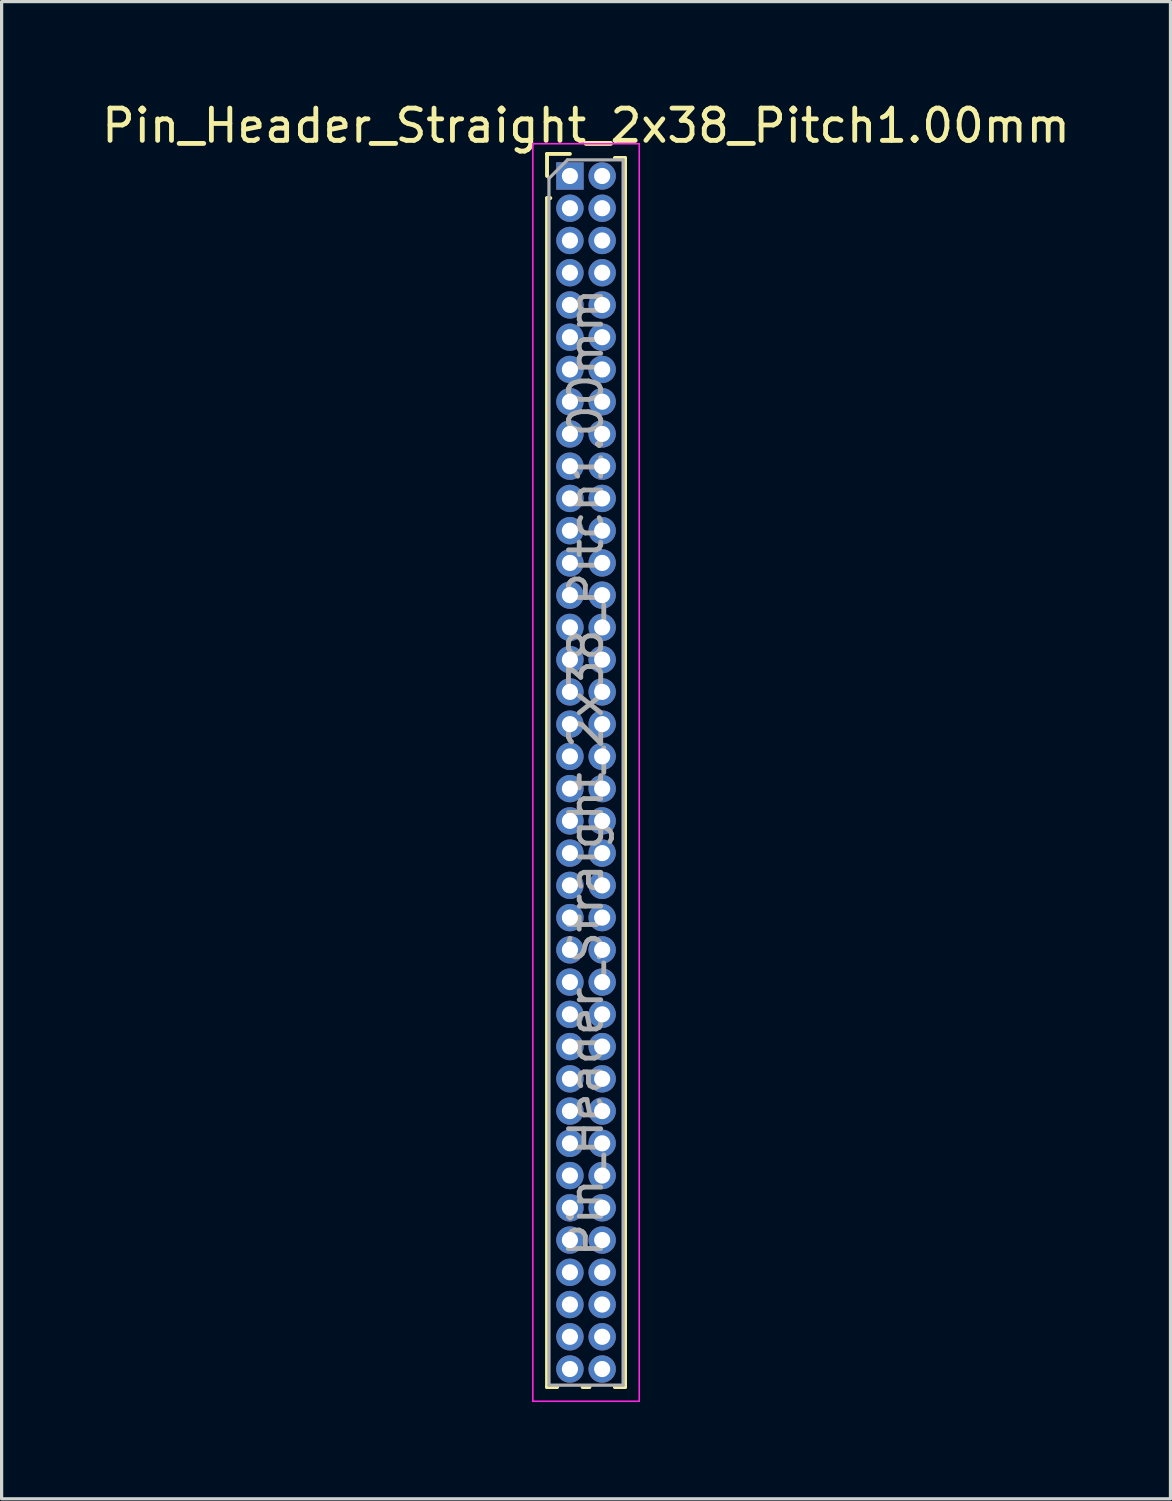
<source format=kicad_pcb>
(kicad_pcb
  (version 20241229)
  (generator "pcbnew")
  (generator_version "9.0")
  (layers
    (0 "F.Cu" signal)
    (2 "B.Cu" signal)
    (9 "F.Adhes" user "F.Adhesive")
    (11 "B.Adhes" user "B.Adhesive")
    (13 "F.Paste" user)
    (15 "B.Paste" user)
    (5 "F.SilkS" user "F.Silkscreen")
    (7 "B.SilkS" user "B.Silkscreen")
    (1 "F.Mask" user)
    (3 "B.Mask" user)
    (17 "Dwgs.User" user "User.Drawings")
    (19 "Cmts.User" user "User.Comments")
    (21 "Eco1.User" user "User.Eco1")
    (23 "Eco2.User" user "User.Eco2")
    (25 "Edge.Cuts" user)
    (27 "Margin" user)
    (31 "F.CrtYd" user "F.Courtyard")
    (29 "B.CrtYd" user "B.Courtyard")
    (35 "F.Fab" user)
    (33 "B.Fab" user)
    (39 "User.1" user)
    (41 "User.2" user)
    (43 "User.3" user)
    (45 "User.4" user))
  (footprint "Pin_Header_Straight_2x38_Pitch1.00mm"
    (layer "F.Cu")
    (at 14.625 2.408)
    (property "Reference" "Pin_Header_Straight_2x38_Pitch1.00mm" (at 0.5 -1.56 0) (layer "F.SilkS") (effects (font (size 1 1) (thickness 0.15))))
    (attr through_hole)
    (fp_line (start -0.71 -0.685) (end 0 -0.685) (stroke (width 0.12) (type solid)) (layer "F.SilkS"))
    (fp_line (start -0.71 0) (end -0.71 -0.685) (stroke (width 0.12) (type solid)) (layer "F.SilkS"))
    (fp_line (start -0.71 0.685) (end -0.71 37.56) (stroke (width 0.12) (type solid)) (layer "F.SilkS"))
    (fp_line (start -0.71 0.685) (end -0.608 0.685) (stroke (width 0.12) (type solid)) (layer "F.SilkS"))
    (fp_line (start -0.71 37.56) (end -0.394 37.56) (stroke (width 0.12) (type solid)) (layer "F.SilkS"))
    (fp_line (start 0.394 37.56) (end 0.606 37.56) (stroke (width 0.12) (type solid)) (layer "F.SilkS"))
    (fp_line (start 1.394 -0.56) (end 1.71 -0.56) (stroke (width 0.12) (type solid)) (layer "F.SilkS"))
    (fp_line (start 1.394 37.56) (end 1.71 37.56) (stroke (width 0.12) (type solid)) (layer "F.SilkS"))
    (fp_line (start 1.71 -0.56) (end 1.71 37.56) (stroke (width 0.12) (type solid)) (layer "F.SilkS"))
    (fp_line (start -1.15 -1) (end -1.15 38) (stroke (width 0.05) (type solid)) (layer "F.CrtYd"))
    (fp_line (start -1.15 38) (end 2.15 38) (stroke (width 0.05) (type solid)) (layer "F.CrtYd"))
    (fp_line (start 2.15 -1) (end -1.15 -1) (stroke (width 0.05) (type solid)) (layer "F.CrtYd"))
    (fp_line (start 2.15 38) (end 2.15 -1) (stroke (width 0.05) (type solid)) (layer "F.CrtYd"))
    (fp_line (start -0.65 0.075) (end -0.075 -0.5) (stroke (width 0.1) (type solid)) (layer "F.Fab"))
    (fp_line (start -0.65 37.5) (end -0.65 0.075) (stroke (width 0.1) (type solid)) (layer "F.Fab"))
    (fp_line (start -0.075 -0.5) (end 1.65 -0.5) (stroke (width 0.1) (type solid)) (layer "F.Fab"))
    (fp_line (start 1.65 -0.5) (end 1.65 37.5) (stroke (width 0.1) (type solid)) (layer "F.Fab"))
    (fp_line (start 1.65 37.5) (end -0.65 37.5) (stroke (width 0.1) (type solid)) (layer "F.Fab"))
    (fp_text user "${REFERENCE}" (at 0.5 18.5 90) (layer "F.Fab") (effects (font (size 1 1) (thickness 0.15))))
    (pad "1" thru_hole rect (at 0 0) (size 0.85 0.85) (drill 0.5) (layers "*.Cu" "*.Mask"))
    (pad "2" thru_hole oval (at 1 0) (size 0.85 0.85) (drill 0.5) (layers "*.Cu" "*.Mask"))
    (pad "3" thru_hole oval (at 0 1) (size 0.85 0.85) (drill 0.5) (layers "*.Cu" "*.Mask"))
    (pad "4" thru_hole oval (at 1 1) (size 0.85 0.85) (drill 0.5) (layers "*.Cu" "*.Mask"))
    (pad "5" thru_hole oval (at 0 2) (size 0.85 0.85) (drill 0.5) (layers "*.Cu" "*.Mask"))
    (pad "6" thru_hole oval (at 1 2) (size 0.85 0.85) (drill 0.5) (layers "*.Cu" "*.Mask"))
    (pad "7" thru_hole oval (at 0 3) (size 0.85 0.85) (drill 0.5) (layers "*.Cu" "*.Mask"))
    (pad "8" thru_hole oval (at 1 3) (size 0.85 0.85) (drill 0.5) (layers "*.Cu" "*.Mask"))
    (pad "9" thru_hole oval (at 0 4) (size 0.85 0.85) (drill 0.5) (layers "*.Cu" "*.Mask"))
    (pad "10" thru_hole oval (at 1 4) (size 0.85 0.85) (drill 0.5) (layers "*.Cu" "*.Mask"))
    (pad "11" thru_hole oval (at 0 5) (size 0.85 0.85) (drill 0.5) (layers "*.Cu" "*.Mask"))
    (pad "12" thru_hole oval (at 1 5) (size 0.85 0.85) (drill 0.5) (layers "*.Cu" "*.Mask"))
    (pad "13" thru_hole oval (at 0 6) (size 0.85 0.85) (drill 0.5) (layers "*.Cu" "*.Mask"))
    (pad "14" thru_hole oval (at 1 6) (size 0.85 0.85) (drill 0.5) (layers "*.Cu" "*.Mask"))
    (pad "15" thru_hole oval (at 0 7) (size 0.85 0.85) (drill 0.5) (layers "*.Cu" "*.Mask"))
    (pad "16" thru_hole oval (at 1 7) (size 0.85 0.85) (drill 0.5) (layers "*.Cu" "*.Mask"))
    (pad "17" thru_hole oval (at 0 8) (size 0.85 0.85) (drill 0.5) (layers "*.Cu" "*.Mask"))
    (pad "18" thru_hole oval (at 1 8) (size 0.85 0.85) (drill 0.5) (layers "*.Cu" "*.Mask"))
    (pad "19" thru_hole oval (at 0 9) (size 0.85 0.85) (drill 0.5) (layers "*.Cu" "*.Mask"))
    (pad "20" thru_hole oval (at 1 9) (size 0.85 0.85) (drill 0.5) (layers "*.Cu" "*.Mask"))
    (pad "21" thru_hole oval (at 0 10) (size 0.85 0.85) (drill 0.5) (layers "*.Cu" "*.Mask"))
    (pad "22" thru_hole oval (at 1 10) (size 0.85 0.85) (drill 0.5) (layers "*.Cu" "*.Mask"))
    (pad "23" thru_hole oval (at 0 11) (size 0.85 0.85) (drill 0.5) (layers "*.Cu" "*.Mask"))
    (pad "24" thru_hole oval (at 1 11) (size 0.85 0.85) (drill 0.5) (layers "*.Cu" "*.Mask"))
    (pad "25" thru_hole oval (at 0 12) (size 0.85 0.85) (drill 0.5) (layers "*.Cu" "*.Mask"))
    (pad "26" thru_hole oval (at 1 12) (size 0.85 0.85) (drill 0.5) (layers "*.Cu" "*.Mask"))
    (pad "27" thru_hole oval (at 0 13) (size 0.85 0.85) (drill 0.5) (layers "*.Cu" "*.Mask"))
    (pad "28" thru_hole oval (at 1 13) (size 0.85 0.85) (drill 0.5) (layers "*.Cu" "*.Mask"))
    (pad "29" thru_hole oval (at 0 14) (size 0.85 0.85) (drill 0.5) (layers "*.Cu" "*.Mask"))
    (pad "30" thru_hole oval (at 1 14) (size 0.85 0.85) (drill 0.5) (layers "*.Cu" "*.Mask"))
    (pad "31" thru_hole oval (at 0 15) (size 0.85 0.85) (drill 0.5) (layers "*.Cu" "*.Mask"))
    (pad "32" thru_hole oval (at 1 15) (size 0.85 0.85) (drill 0.5) (layers "*.Cu" "*.Mask"))
    (pad "33" thru_hole oval (at 0 16) (size 0.85 0.85) (drill 0.5) (layers "*.Cu" "*.Mask"))
    (pad "34" thru_hole oval (at 1 16) (size 0.85 0.85) (drill 0.5) (layers "*.Cu" "*.Mask"))
    (pad "35" thru_hole oval (at 0 17) (size 0.85 0.85) (drill 0.5) (layers "*.Cu" "*.Mask"))
    (pad "36" thru_hole oval (at 1 17) (size 0.85 0.85) (drill 0.5) (layers "*.Cu" "*.Mask"))
    (pad "37" thru_hole oval (at 0 18) (size 0.85 0.85) (drill 0.5) (layers "*.Cu" "*.Mask"))
    (pad "38" thru_hole oval (at 1 18) (size 0.85 0.85) (drill 0.5) (layers "*.Cu" "*.Mask"))
    (pad "39" thru_hole oval (at 0 19) (size 0.85 0.85) (drill 0.5) (layers "*.Cu" "*.Mask"))
    (pad "40" thru_hole oval (at 1 19) (size 0.85 0.85) (drill 0.5) (layers "*.Cu" "*.Mask"))
    (pad "41" thru_hole oval (at 0 20) (size 0.85 0.85) (drill 0.5) (layers "*.Cu" "*.Mask"))
    (pad "42" thru_hole oval (at 1 20) (size 0.85 0.85) (drill 0.5) (layers "*.Cu" "*.Mask"))
    (pad "43" thru_hole oval (at 0 21) (size 0.85 0.85) (drill 0.5) (layers "*.Cu" "*.Mask"))
    (pad "44" thru_hole oval (at 1 21) (size 0.85 0.85) (drill 0.5) (layers "*.Cu" "*.Mask"))
    (pad "45" thru_hole oval (at 0 22) (size 0.85 0.85) (drill 0.5) (layers "*.Cu" "*.Mask"))
    (pad "46" thru_hole oval (at 1 22) (size 0.85 0.85) (drill 0.5) (layers "*.Cu" "*.Mask"))
    (pad "47" thru_hole oval (at 0 23) (size 0.85 0.85) (drill 0.5) (layers "*.Cu" "*.Mask"))
    (pad "48" thru_hole oval (at 1 23) (size 0.85 0.85) (drill 0.5) (layers "*.Cu" "*.Mask"))
    (pad "49" thru_hole oval (at 0 24) (size 0.85 0.85) (drill 0.5) (layers "*.Cu" "*.Mask"))
    (pad "50" thru_hole oval (at 1 24) (size 0.85 0.85) (drill 0.5) (layers "*.Cu" "*.Mask"))
    (pad "51" thru_hole oval (at 0 25) (size 0.85 0.85) (drill 0.5) (layers "*.Cu" "*.Mask"))
    (pad "52" thru_hole oval (at 1 25) (size 0.85 0.85) (drill 0.5) (layers "*.Cu" "*.Mask"))
    (pad "53" thru_hole oval (at 0 26) (size 0.85 0.85) (drill 0.5) (layers "*.Cu" "*.Mask"))
    (pad "54" thru_hole oval (at 1 26) (size 0.85 0.85) (drill 0.5) (layers "*.Cu" "*.Mask"))
    (pad "55" thru_hole oval (at 0 27) (size 0.85 0.85) (drill 0.5) (layers "*.Cu" "*.Mask"))
    (pad "56" thru_hole oval (at 1 27) (size 0.85 0.85) (drill 0.5) (layers "*.Cu" "*.Mask"))
    (pad "57" thru_hole oval (at 0 28) (size 0.85 0.85) (drill 0.5) (layers "*.Cu" "*.Mask"))
    (pad "58" thru_hole oval (at 1 28) (size 0.85 0.85) (drill 0.5) (layers "*.Cu" "*.Mask"))
    (pad "59" thru_hole oval (at 0 29) (size 0.85 0.85) (drill 0.5) (layers "*.Cu" "*.Mask"))
    (pad "60" thru_hole oval (at 1 29) (size 0.85 0.85) (drill 0.5) (layers "*.Cu" "*.Mask"))
    (pad "61" thru_hole oval (at 0 30) (size 0.85 0.85) (drill 0.5) (layers "*.Cu" "*.Mask"))
    (pad "62" thru_hole oval (at 1 30) (size 0.85 0.85) (drill 0.5) (layers "*.Cu" "*.Mask"))
    (pad "63" thru_hole oval (at 0 31) (size 0.85 0.85) (drill 0.5) (layers "*.Cu" "*.Mask"))
    (pad "64" thru_hole oval (at 1 31) (size 0.85 0.85) (drill 0.5) (layers "*.Cu" "*.Mask"))
    (pad "65" thru_hole oval (at 0 32) (size 0.85 0.85) (drill 0.5) (layers "*.Cu" "*.Mask"))
    (pad "66" thru_hole oval (at 1 32) (size 0.85 0.85) (drill 0.5) (layers "*.Cu" "*.Mask"))
    (pad "67" thru_hole oval (at 0 33) (size 0.85 0.85) (drill 0.5) (layers "*.Cu" "*.Mask"))
    (pad "68" thru_hole oval (at 1 33) (size 0.85 0.85) (drill 0.5) (layers "*.Cu" "*.Mask"))
    (pad "69" thru_hole oval (at 0 34) (size 0.85 0.85) (drill 0.5) (layers "*.Cu" "*.Mask"))
    (pad "70" thru_hole oval (at 1 34) (size 0.85 0.85) (drill 0.5) (layers "*.Cu" "*.Mask"))
    (pad "71" thru_hole oval (at 0 35) (size 0.85 0.85) (drill 0.5) (layers "*.Cu" "*.Mask"))
    (pad "72" thru_hole oval (at 1 35) (size 0.85 0.85) (drill 0.5) (layers "*.Cu" "*.Mask"))
    (pad "73" thru_hole oval (at 0 36) (size 0.85 0.85) (drill 0.5) (layers "*.Cu" "*.Mask"))
    (pad "74" thru_hole oval (at 1 36) (size 0.85 0.85) (drill 0.5) (layers "*.Cu" "*.Mask"))
    (pad "75" thru_hole oval (at 0 37) (size 0.85 0.85) (drill 0.5) (layers "*.Cu" "*.Mask"))
    (pad "76" thru_hole oval (at 1 37) (size 0.85 0.85) (drill 0.5) (layers "*.Cu" "*.Mask")))
  (gr_rect
    (start -3 -3)
    (end 33.25 43.433)
    (stroke (width 0.1) (type default))
    (fill no)
    (layer "Edge.Cuts")))
</source>
